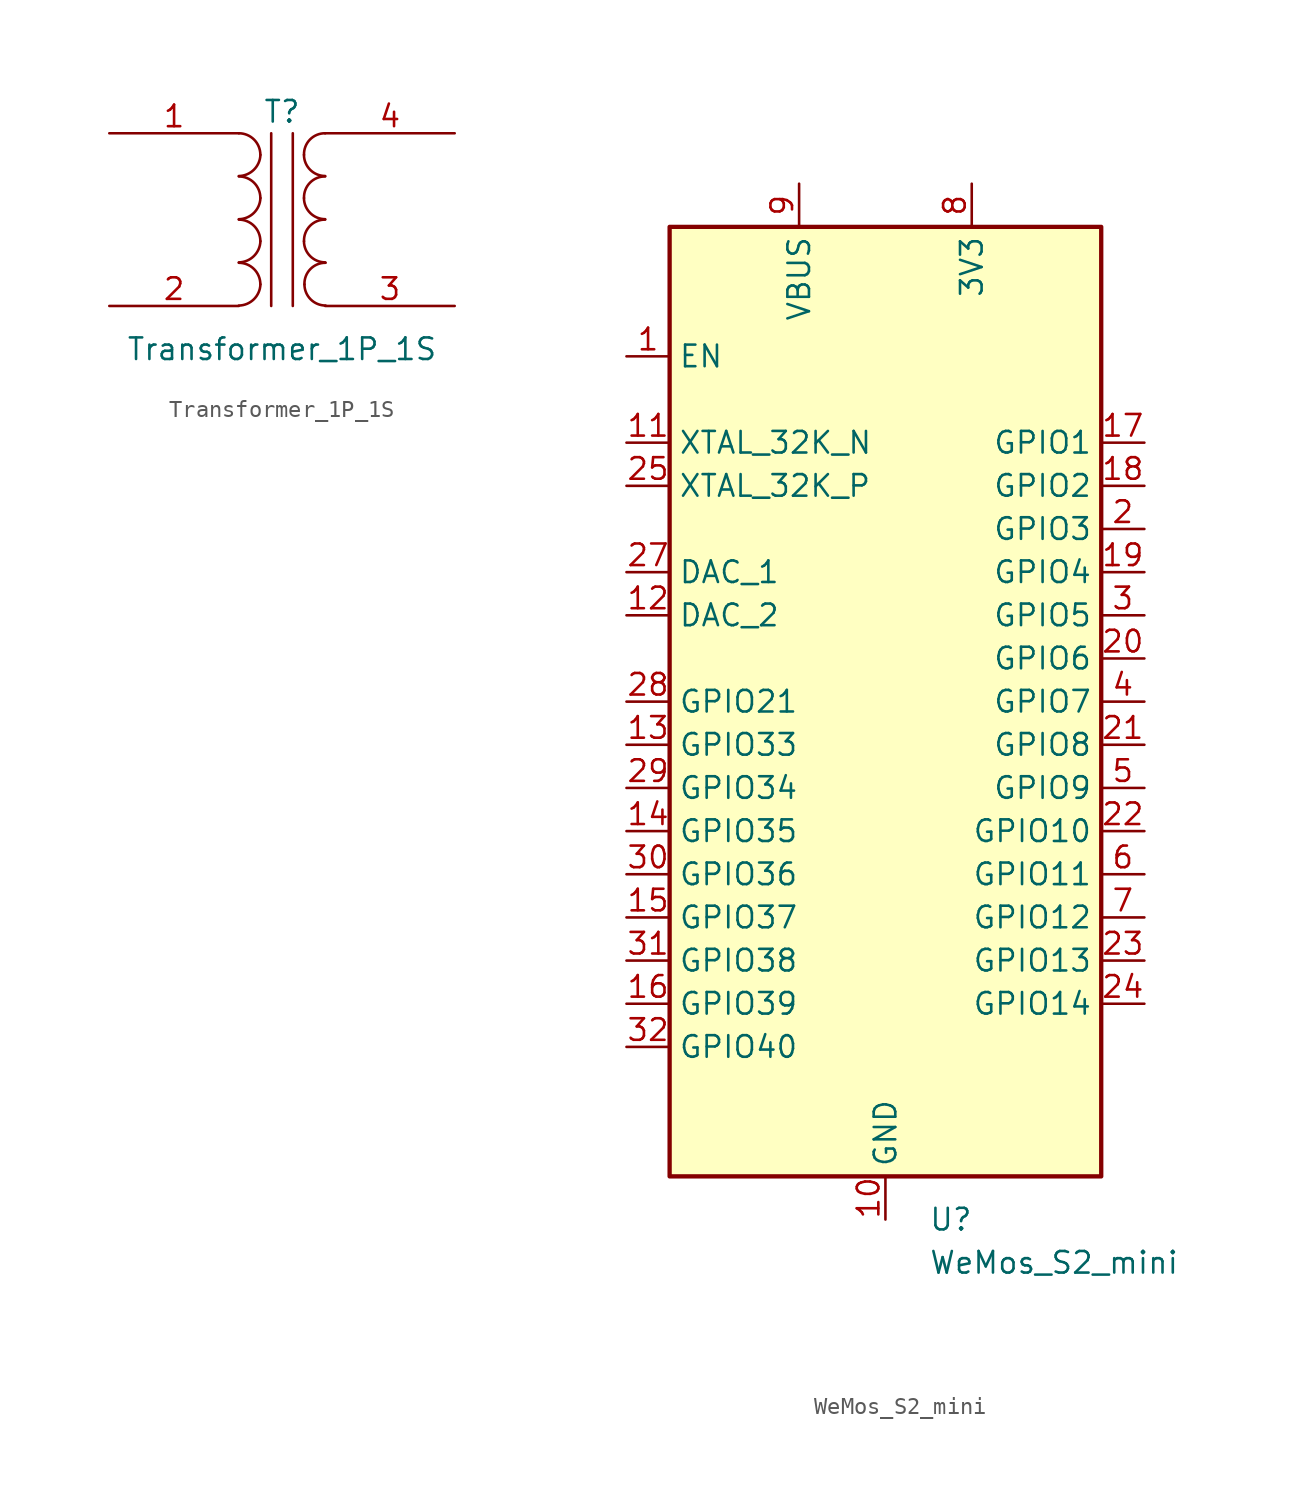
<source format=kicad_sym>
(kicad_symbol_lib
  (version 20211014)
  (generator kicad_symbol_editor)
  (symbol "Transformer_1P_1S"
    (pin_names
      (offset 1.016) hide)
    (property "Reference" "T"
      (at 0 6.35 0)
      (effects (font (size 1.27 1.27))))
    (property "Value" "Transformer_1P_1S"
      (at 0 -7.62 0)
      (effects (font (size 1.27 1.27))))
    (symbol "Transformer_1P_1S_0_1"
      (arc (start -2.54 -5.0546) (mid -1.6599 -4.6901) (end -1.27 -3.81) (stroke (width 0) (type default) (color 0 0 0 0)) (fill (type none)))
      (arc (start -2.54 -2.5146) (mid -1.6599 -2.1501) (end -1.27 -1.27) (stroke (width 0) (type default) (color 0 0 0 0)) (fill (type none)))
      (arc (start -2.54 0.0254) (mid -1.6599 0.3899) (end -1.27 1.27) (stroke (width 0) (type default) (color 0 0 0 0)) (fill (type none)))
      (arc (start -2.54 2.5654) (mid -1.6599 2.9299) (end -1.27 3.81) (stroke (width 0) (type default) (color 0 0 0 0)) (fill (type none)))
      (arc (start -1.27 -3.81) (mid -1.642 -2.912) (end -2.54 -2.54) (stroke (width 0) (type default) (color 0 0 0 0)) (fill (type none)))
      (arc (start -1.27 -1.27) (mid -1.642 -0.372) (end -2.54 0) (stroke (width 0) (type default) (color 0 0 0 0)) (fill (type none)))
      (arc (start -1.27 1.27) (mid -1.642 2.168) (end -2.54 2.54) (stroke (width 0) (type default) (color 0 0 0 0)) (fill (type none)))
      (arc (start -1.27 3.81) (mid -1.642 4.708) (end -2.54 5.08) (stroke (width 0) (type default) (color 0 0 0 0)) (fill (type none)))
      (polyline (pts (xy -0.635 5.08) (xy -0.635 -5.08)) (stroke (width 0) (type default) (color 0 0 0 0)) (fill (type none)))
      (polyline (pts (xy 0.635 -5.08) (xy 0.635 5.08)) (stroke (width 0) (type default) (color 0 0 0 0)) (fill (type none)))
      (arc (start 1.2954 -1.27) (mid 1.6599 -2.1501) (end 2.54 -2.5146) (stroke (width 0) (type default) (color 0 0 0 0)) (fill (type none)))
      (arc (start 1.2954 1.27) (mid 1.6599 0.3899) (end 2.54 0.0254) (stroke (width 0) (type default) (color 0 0 0 0)) (fill (type none)))
      (arc (start 1.2954 3.81) (mid 1.6599 2.9299) (end 2.54 2.5654) (stroke (width 0) (type default) (color 0 0 0 0)) (fill (type none)))
      (arc (start 1.3208 -3.81) (mid 1.6853 -4.6901) (end 2.5654 -5.0546) (stroke (width 0) (type default) (color 0 0 0 0)) (fill (type none)))
      (arc (start 2.54 0) (mid 1.642 -0.372) (end 1.2954 -1.27) (stroke (width 0) (type default) (color 0 0 0 0)) (fill (type none)))
      (arc (start 2.54 2.54) (mid 1.642 2.168) (end 1.2954 1.27) (stroke (width 0) (type default) (color 0 0 0 0)) (fill (type none)))
      (arc (start 2.54 5.08) (mid 1.642 4.708) (end 1.2954 3.81) (stroke (width 0) (type default) (color 0 0 0 0)) (fill (type none)))
      (arc (start 2.5654 -2.54) (mid 1.6674 -2.912) (end 1.3208 -3.81) (stroke (width 0) (type default) (color 0 0 0 0)) (fill (type none))))
    (symbol "Transformer_1P_1S_1_1"
      (pin passive line (at -10.16 5.08 0) (length 7.62) (name "AA" (effects (font (size 1.27 1.27)))) (number "1" (effects (font (size 1.27 1.27)))))
      (pin passive line (at -10.16 -5.08 0) (length 7.62) (name "AB" (effects (font (size 1.27 1.27)))) (number "2" (effects (font (size 1.27 1.27)))))
      (pin power_out line (at 10.16 -5.08 180) (length 7.62) (name "SA" (effects (font (size 1.27 1.27)))) (number "3" (effects (font (size 1.27 1.27)))))
      (pin power_out line (at 10.16 5.08 180) (length 7.62) (name "SB" (effects (font (size 1.27 1.27)))) (number "4" (effects (font (size 1.27 1.27)))))))
  (symbol "WeMos_S2_mini"
    (property "Reference" "U"
      (at 2.54 -30.48 0)
      (effects (font (size 1.27 1.27)) (justify left)))
    (property "Value" "WeMos_S2_mini"
      (at 2.54 -33.02 0)
      (effects (font (size 1.27 1.27)) (justify left)))
    (symbol "WeMos_S2_mini_1_1"
      (rectangle (start -12.7 27.94) (end 12.7 -27.94) (stroke (width 0.254) (type default) (color 0 0 0 0)) (fill (type background)))
      (pin input line (at -15.24 20.32 0) (length 2.54) (name "EN" (effects (font (size 1.27 1.27)))) (number "1" (effects (font (size 1.27 1.27)))) (alternate "~{RST}" input line))
      (pin power_in line (at 0 -30.48 90) (length 2.54) (name "GND" (effects (font (size 1.27 1.27)))) (number "10" (effects (font (size 1.27 1.27)))))
      (pin input line (at -15.24 15.24 0) (length 2.54) (name "XTAL_32K_N" (effects (font (size 1.27 1.27)))) (number "11" (effects (font (size 1.27 1.27)))) (alternate "ADC2_CH5" input line) (alternate "GPIO16" bidirectional line) (alternate "U0CTS" input line))
      (pin output line (at -15.24 5.08 0) (length 2.54) (name "DAC_2" (effects (font (size 1.27 1.27)))) (number "12" (effects (font (size 1.27 1.27)))) (alternate "ADC2_CH7" input line) (alternate "CLK_OUT3" tri_state line) (alternate "GPIO18" bidirectional line) (alternate "U1RXD" input line))
      (pin bidirectional line (at -15.24 -2.54 0) (length 2.54) (name "GPIO33" (effects (font (size 1.27 1.27)))) (number "13" (effects (font (size 1.27 1.27)))) (alternate "FSPIHD" bidirectional line) (alternate "SPIIO4" bidirectional line))
      (pin bidirectional line (at -15.24 -7.62 0) (length 2.54) (name "GPIO35" (effects (font (size 1.27 1.27)))) (number "14" (effects (font (size 1.27 1.27)))) (alternate "FSPID" bidirectional line) (alternate "SPIIO6" bidirectional line))
      (pin bidirectional line (at -15.24 -12.7 0) (length 2.54) (name "GPIO37" (effects (font (size 1.27 1.27)))) (number "15" (effects (font (size 1.27 1.27)))) (alternate "FSPIQ" bidirectional line) (alternate "SPIDQS" bidirectional line))
      (pin bidirectional line (at -15.24 -17.78 0) (length 2.54) (name "GPIO39" (effects (font (size 1.27 1.27)))) (number "16" (effects (font (size 1.27 1.27)))) (alternate "CLK_OUT3" tri_state line) (alternate "MTCK" output line))
      (pin bidirectional line (at 15.24 15.24 180) (length 2.54) (name "GPIO1" (effects (font (size 1.27 1.27)))) (number "17" (effects (font (size 1.27 1.27)))) (alternate "ADC1_CH0" input line) (alternate "TOUCH1" input line))
      (pin bidirectional line (at 15.24 12.7 180) (length 2.54) (name "GPIO2" (effects (font (size 1.27 1.27)))) (number "18" (effects (font (size 1.27 1.27)))) (alternate "ADC1_CH1" input line) (alternate "TOUCH2" input line))
      (pin bidirectional line (at 15.24 7.62 180) (length 2.54) (name "GPIO4" (effects (font (size 1.27 1.27)))) (number "19" (effects (font (size 1.27 1.27)))) (alternate "ADC1_CH3" input line) (alternate "TOUCH4" input line))
      (pin bidirectional line (at 15.24 10.16 180) (length 2.54) (name "GPIO3" (effects (font (size 1.27 1.27)))) (number "2" (effects (font (size 1.27 1.27)))) (alternate "ADC1_CH2" input line) (alternate "TOUCH3" input line))
      (pin bidirectional line (at 15.24 2.54 180) (length 2.54) (name "GPIO6" (effects (font (size 1.27 1.27)))) (number "20" (effects (font (size 1.27 1.27)))) (alternate "ADC1_CH5" input line) (alternate "TOUCH6" input line))
      (pin bidirectional line (at 15.24 -2.54 180) (length 2.54) (name "GPIO8" (effects (font (size 1.27 1.27)))) (number "21" (effects (font (size 1.27 1.27)))) (alternate "ADC1_CH7" input line) (alternate "TOUCH8" input line))
      (pin bidirectional line (at 15.24 -7.62 180) (length 2.54) (name "GPIO10" (effects (font (size 1.27 1.27)))) (number "22" (effects (font (size 1.27 1.27)))) (alternate "ADC1_CH9" input line) (alternate "FSPICS0" bidirectional line) (alternate "FSPIIO4" bidirectional line) (alternate "TOUCH10" input line))
      (pin bidirectional line (at 15.24 -15.24 180) (length 2.54) (name "GPIO13" (effects (font (size 1.27 1.27)))) (number "23" (effects (font (size 1.27 1.27)))) (alternate "ADC2_CH2" input line) (alternate "FSPIIO7" bidirectional line) (alternate "FSPIQ" bidirectional line) (alternate "TOUCH13" input line))
      (pin bidirectional line (at 15.24 -17.78 180) (length 2.54) (name "GPIO14" (effects (font (size 1.27 1.27)))) (number "24" (effects (font (size 1.27 1.27)))) (alternate "ADC2_CH3" input line) (alternate "FSPIDQS" bidirectional line) (alternate "FSPIWP" bidirectional line) (alternate "TOUCH14" input line))
      (pin output line (at -15.24 12.7 0) (length 2.54) (name "XTAL_32K_P" (effects (font (size 1.27 1.27)))) (number "25" (effects (font (size 1.27 1.27)))) (alternate "ADC2_CH4" input line) (alternate "GPIO15" bidirectional line) (alternate "U0RTS" output line))
      (pin passive line (at 0 -30.48 90) (length 2.54) hide (name "GND" (effects (font (size 1.27 1.27)))) (number "26" (effects (font (size 1.27 1.27)))))
      (pin output line (at -15.24 7.62 0) (length 2.54) (name "DAC_1" (effects (font (size 1.27 1.27)))) (number "27" (effects (font (size 1.27 1.27)))) (alternate "ADC2_CH6" input line) (alternate "GPIO17" bidirectional line) (alternate "U1TXD" output line))
      (pin bidirectional line (at -15.24 0 0) (length 2.54) (name "GPIO21" (effects (font (size 1.27 1.27)))) (number "28" (effects (font (size 1.27 1.27)))))
      (pin bidirectional line (at -15.24 -5.08 0) (length 2.54) (name "GPIO34" (effects (font (size 1.27 1.27)))) (number "29" (effects (font (size 1.27 1.27)))) (alternate "FSPICS0" bidirectional line) (alternate "SPIIO5" bidirectional line))
      (pin bidirectional line (at 15.24 5.08 180) (length 2.54) (name "GPIO5" (effects (font (size 1.27 1.27)))) (number "3" (effects (font (size 1.27 1.27)))) (alternate "ADC1_CH4" input line) (alternate "TOUCH5" input line))
      (pin bidirectional line (at -15.24 -10.16 0) (length 2.54) (name "GPIO36" (effects (font (size 1.27 1.27)))) (number "30" (effects (font (size 1.27 1.27)))) (alternate "FSPICLK" bidirectional line) (alternate "FSPIIO7" bidirectional line))
      (pin bidirectional line (at -15.24 -15.24 0) (length 2.54) (name "GPIO38" (effects (font (size 1.27 1.27)))) (number "31" (effects (font (size 1.27 1.27)))) (alternate "FSPIWP" bidirectional line))
      (pin bidirectional line (at -15.24 -20.32 0) (length 2.54) (name "GPIO40" (effects (font (size 1.27 1.27)))) (number "32" (effects (font (size 1.27 1.27)))) (alternate "CLK_OUT2" tri_state line) (alternate "MTDO" output line))
      (pin bidirectional line (at 15.24 0 180) (length 2.54) (name "GPIO7" (effects (font (size 1.27 1.27)))) (number "4" (effects (font (size 1.27 1.27)))) (alternate "ADC1_CH6" input line) (alternate "TOUCH7" input line))
      (pin bidirectional line (at 15.24 -5.08 180) (length 2.54) (name "GPIO9" (effects (font (size 1.27 1.27)))) (number "5" (effects (font (size 1.27 1.27)))) (alternate "ADC1_CH8" input line) (alternate "FSPIHD" bidirectional line) (alternate "TOUCH9" input line))
      (pin bidirectional line (at 15.24 -10.16 180) (length 2.54) (name "GPIO11" (effects (font (size 1.27 1.27)))) (number "6" (effects (font (size 1.27 1.27)))) (alternate "ADC2_CH0" input line) (alternate "FSPID" bidirectional line) (alternate "FSPIIO5" bidirectional line) (alternate "TOUCH11" input line))
      (pin bidirectional line (at 15.24 -12.7 180) (length 2.54) (name "GPIO12" (effects (font (size 1.27 1.27)))) (number "7" (effects (font (size 1.27 1.27)))) (alternate "ADC2_CH1" input line) (alternate "FSPICLK" bidirectional line) (alternate "FSPIIO6" bidirectional line) (alternate "TOUCH12" input line))
      (pin power_out line (at 5.08 30.48 270) (length 2.54) (name "3V3" (effects (font (size 1.27 1.27)))) (number "8" (effects (font (size 1.27 1.27)))))
      (pin power_out line (at -5.08 30.48 270) (length 2.54) (name "VBUS" (effects (font (size 1.27 1.27)))) (number "9" (effects (font (size 1.27 1.27))))))))
</source>
